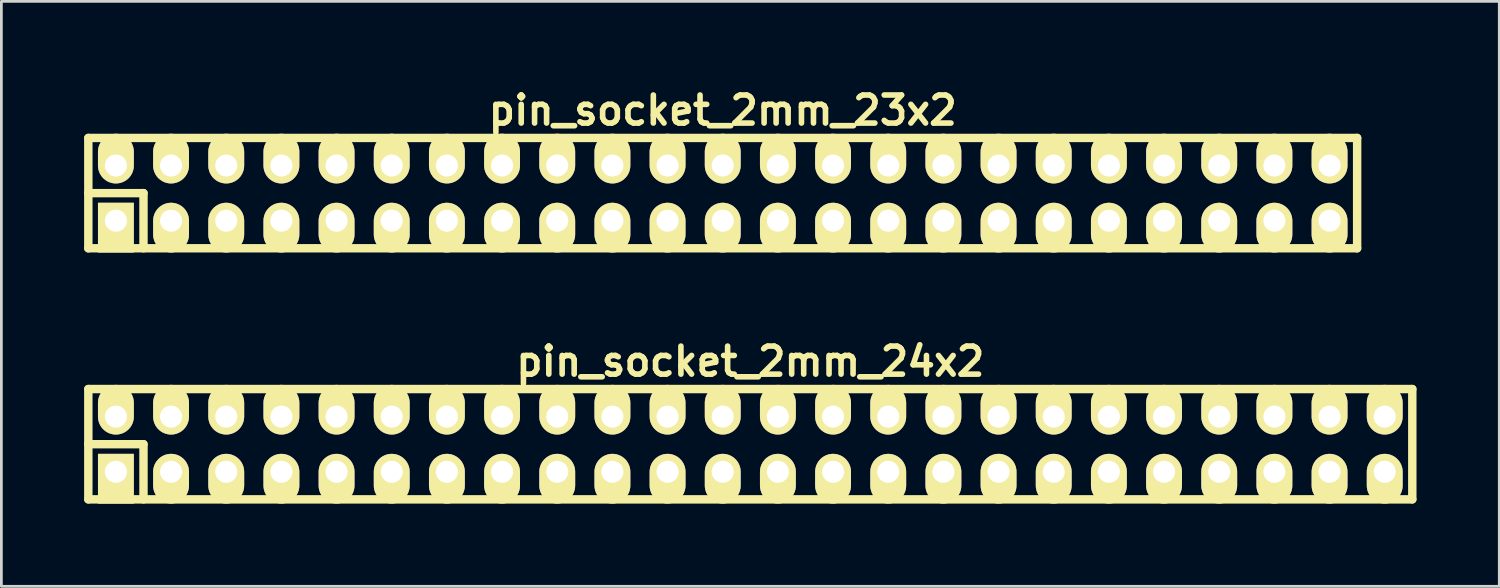
<source format=kicad_pcb>
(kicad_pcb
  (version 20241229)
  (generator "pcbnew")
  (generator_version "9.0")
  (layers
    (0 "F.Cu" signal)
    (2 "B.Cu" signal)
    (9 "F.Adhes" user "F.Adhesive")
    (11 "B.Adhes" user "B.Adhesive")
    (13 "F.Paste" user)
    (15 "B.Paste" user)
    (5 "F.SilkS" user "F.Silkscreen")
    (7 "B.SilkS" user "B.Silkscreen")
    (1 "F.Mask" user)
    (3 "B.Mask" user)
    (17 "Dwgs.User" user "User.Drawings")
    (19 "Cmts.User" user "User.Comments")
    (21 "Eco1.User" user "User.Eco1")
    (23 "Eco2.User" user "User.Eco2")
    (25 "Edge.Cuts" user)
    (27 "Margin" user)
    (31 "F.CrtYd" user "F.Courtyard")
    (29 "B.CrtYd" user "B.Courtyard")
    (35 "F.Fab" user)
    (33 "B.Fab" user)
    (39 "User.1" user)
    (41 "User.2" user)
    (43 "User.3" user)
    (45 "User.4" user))
  (footprint "pin_socket_2mm_23x2"
    (layer "F.Cu")
    (at 23.152 3.951)
    (property "Reference" "pin_socket_2mm_23x2" (at 0 -3 0) (layer "F.SilkS") (effects (font (size 1.016 1.016) (thickness 0.203))))
    (attr through_hole)
    (fp_line (start -23 -2) (end 23 -2) (stroke (width 0.305) (type solid)) (layer "F.SilkS"))
    (fp_line (start -23 0) (end -21 0) (stroke (width 0.305) (type solid)) (layer "F.SilkS"))
    (fp_line (start -23 2) (end -23 -2) (stroke (width 0.305) (type solid)) (layer "F.SilkS"))
    (fp_line (start -21 0) (end -21 2) (stroke (width 0.305) (type solid)) (layer "F.SilkS"))
    (fp_line (start 23 -2) (end 23 2) (stroke (width 0.305) (type solid)) (layer "F.SilkS"))
    (fp_line (start 23 2) (end -23 2) (stroke (width 0.305) (type solid)) (layer "F.SilkS"))
    (pad "1" thru_hole rect (at -22 1) (size 1.3 1.8) (drill 0.8 (offset 0 0.25)) (layers "*.Cu" "*.Mask" "F.SilkS"))
    (pad "2" thru_hole oval (at -22 -1) (size 1.3 1.8) (drill 0.8 (offset 0 -0.25)) (layers "*.Cu" "*.Mask" "F.SilkS"))
    (pad "3" thru_hole oval (at -20 1) (size 1.3 1.8) (drill 0.8 (offset 0 0.25)) (layers "*.Cu" "*.Mask" "F.SilkS"))
    (pad "4" thru_hole oval (at -20 -1) (size 1.3 1.8) (drill 0.8 (offset 0 -0.25)) (layers "*.Cu" "*.Mask" "F.SilkS"))
    (pad "5" thru_hole oval (at -18 1) (size 1.3 1.8) (drill 0.8 (offset 0 0.25)) (layers "*.Cu" "*.Mask" "F.SilkS"))
    (pad "6" thru_hole oval (at -18 -1) (size 1.3 1.8) (drill 0.8 (offset 0 -0.25)) (layers "*.Cu" "*.Mask" "F.SilkS"))
    (pad "7" thru_hole oval (at -16 1) (size 1.3 1.8) (drill 0.8 (offset 0 0.25)) (layers "*.Cu" "*.Mask" "F.SilkS"))
    (pad "8" thru_hole oval (at -16 -1) (size 1.3 1.8) (drill 0.8 (offset 0 -0.25)) (layers "*.Cu" "*.Mask" "F.SilkS"))
    (pad "9" thru_hole oval (at -14 1) (size 1.3 1.8) (drill 0.8 (offset 0 0.25)) (layers "*.Cu" "*.Mask" "F.SilkS"))
    (pad "10" thru_hole oval (at -14 -1) (size 1.3 1.8) (drill 0.8 (offset 0 -0.25)) (layers "*.Cu" "*.Mask" "F.SilkS"))
    (pad "11" thru_hole oval (at -12 1) (size 1.3 1.8) (drill 0.8 (offset 0 0.25)) (layers "*.Cu" "*.Mask" "F.SilkS"))
    (pad "12" thru_hole oval (at -12 -1) (size 1.3 1.8) (drill 0.8 (offset 0 -0.25)) (layers "*.Cu" "*.Mask" "F.SilkS"))
    (pad "13" thru_hole oval (at -10 1) (size 1.3 1.8) (drill 0.8 (offset 0 0.25)) (layers "*.Cu" "*.Mask" "F.SilkS"))
    (pad "14" thru_hole oval (at -10 -1) (size 1.3 1.8) (drill 0.8 (offset 0 -0.25)) (layers "*.Cu" "*.Mask" "F.SilkS"))
    (pad "15" thru_hole oval (at -8 1) (size 1.3 1.8) (drill 0.8 (offset 0 0.25)) (layers "*.Cu" "*.Mask" "F.SilkS"))
    (pad "16" thru_hole oval (at -8 -1) (size 1.3 1.8) (drill 0.8 (offset 0 -0.25)) (layers "*.Cu" "*.Mask" "F.SilkS"))
    (pad "17" thru_hole oval (at -6 1) (size 1.3 1.8) (drill 0.8 (offset 0 0.25)) (layers "*.Cu" "*.Mask" "F.SilkS"))
    (pad "18" thru_hole oval (at -6 -1) (size 1.3 1.8) (drill 0.8 (offset 0 -0.25)) (layers "*.Cu" "*.Mask" "F.SilkS"))
    (pad "19" thru_hole oval (at -4 1) (size 1.3 1.8) (drill 0.8 (offset 0 0.25)) (layers "*.Cu" "*.Mask" "F.SilkS"))
    (pad "20" thru_hole oval (at -4 -1) (size 1.3 1.8) (drill 0.8 (offset 0 -0.25)) (layers "*.Cu" "*.Mask" "F.SilkS"))
    (pad "21" thru_hole oval (at -2 1) (size 1.3 1.8) (drill 0.8 (offset 0 0.25)) (layers "*.Cu" "*.Mask" "F.SilkS"))
    (pad "22" thru_hole oval (at -2 -1) (size 1.3 1.8) (drill 0.8 (offset 0 -0.25)) (layers "*.Cu" "*.Mask" "F.SilkS"))
    (pad "23" thru_hole oval (at 0 1) (size 1.3 1.8) (drill 0.8 (offset 0 0.25)) (layers "*.Cu" "*.Mask" "F.SilkS"))
    (pad "24" thru_hole oval (at 0 -1) (size 1.3 1.8) (drill 0.8 (offset 0 -0.25)) (layers "*.Cu" "*.Mask" "F.SilkS"))
    (pad "25" thru_hole oval (at 2 1) (size 1.3 1.8) (drill 0.8 (offset 0 0.25)) (layers "*.Cu" "*.Mask" "F.SilkS"))
    (pad "26" thru_hole oval (at 2 -1) (size 1.3 1.8) (drill 0.8 (offset 0 -0.25)) (layers "*.Cu" "*.Mask" "F.SilkS"))
    (pad "27" thru_hole oval (at 4 1) (size 1.3 1.8) (drill 0.8 (offset 0 0.25)) (layers "*.Cu" "*.Mask" "F.SilkS"))
    (pad "28" thru_hole oval (at 4 -1) (size 1.3 1.8) (drill 0.8 (offset 0 -0.25)) (layers "*.Cu" "*.Mask" "F.SilkS"))
    (pad "29" thru_hole oval (at 6 1) (size 1.3 1.8) (drill 0.8 (offset 0 0.25)) (layers "*.Cu" "*.Mask" "F.SilkS"))
    (pad "30" thru_hole oval (at 6 -1) (size 1.3 1.8) (drill 0.8 (offset 0 -0.25)) (layers "*.Cu" "*.Mask" "F.SilkS"))
    (pad "31" thru_hole oval (at 8 1) (size 1.3 1.8) (drill 0.8 (offset 0 0.25)) (layers "*.Cu" "*.Mask" "F.SilkS"))
    (pad "32" thru_hole oval (at 8 -1) (size 1.3 1.8) (drill 0.8 (offset 0 -0.25)) (layers "*.Cu" "*.Mask" "F.SilkS"))
    (pad "33" thru_hole oval (at 10 1) (size 1.3 1.8) (drill 0.8 (offset 0 0.25)) (layers "*.Cu" "*.Mask" "F.SilkS"))
    (pad "34" thru_hole oval (at 10 -1) (size 1.3 1.8) (drill 0.8 (offset 0 -0.25)) (layers "*.Cu" "*.Mask" "F.SilkS"))
    (pad "35" thru_hole oval (at 12 1) (size 1.3 1.8) (drill 0.8 (offset 0 0.25)) (layers "*.Cu" "*.Mask" "F.SilkS"))
    (pad "36" thru_hole oval (at 12 -1) (size 1.3 1.8) (drill 0.8 (offset 0 -0.25)) (layers "*.Cu" "*.Mask" "F.SilkS"))
    (pad "37" thru_hole oval (at 14 1) (size 1.3 1.8) (drill 0.8 (offset 0 0.25)) (layers "*.Cu" "*.Mask" "F.SilkS"))
    (pad "38" thru_hole oval (at 14 -1) (size 1.3 1.8) (drill 0.8 (offset 0 -0.25)) (layers "*.Cu" "*.Mask" "F.SilkS"))
    (pad "39" thru_hole oval (at 16 1) (size 1.3 1.8) (drill 0.8 (offset 0 0.25)) (layers "*.Cu" "*.Mask" "F.SilkS"))
    (pad "40" thru_hole oval (at 16 -1) (size 1.3 1.8) (drill 0.8 (offset 0 -0.25)) (layers "*.Cu" "*.Mask" "F.SilkS"))
    (pad "41" thru_hole oval (at 18 1) (size 1.3 1.8) (drill 0.8 (offset 0 0.25)) (layers "*.Cu" "*.Mask" "F.SilkS"))
    (pad "42" thru_hole oval (at 18 -1) (size 1.3 1.8) (drill 0.8 (offset 0 -0.25)) (layers "*.Cu" "*.Mask" "F.SilkS"))
    (pad "43" thru_hole oval (at 20 1) (size 1.3 1.8) (drill 0.8 (offset 0 0.25)) (layers "*.Cu" "*.Mask" "F.SilkS"))
    (pad "44" thru_hole oval (at 20 -1) (size 1.3 1.8) (drill 0.8 (offset 0 -0.25)) (layers "*.Cu" "*.Mask" "F.SilkS"))
    (pad "45" thru_hole oval (at 22 1) (size 1.3 1.8) (drill 0.8 (offset 0 0.25)) (layers "*.Cu" "*.Mask" "F.SilkS"))
    (pad "46" thru_hole oval (at 22 -1) (size 1.3 1.8) (drill 0.8 (offset 0 -0.25)) (layers "*.Cu" "*.Mask" "F.SilkS")))
  (footprint "pin_socket_2mm_24x2"
    (layer "F.Cu")
    (at 24.152 13.054)
    (property "Reference" "pin_socket_2mm_24x2" (at 0 -3 0) (layer "F.SilkS") (effects (font (size 1.016 1.016) (thickness 0.203))))
    (attr through_hole)
    (fp_line (start -24 -2) (end 24 -2) (stroke (width 0.305) (type solid)) (layer "F.SilkS"))
    (fp_line (start -24 0) (end -22 0) (stroke (width 0.305) (type solid)) (layer "F.SilkS"))
    (fp_line (start -24 2) (end -24 -2) (stroke (width 0.305) (type solid)) (layer "F.SilkS"))
    (fp_line (start -22 0) (end -22 2) (stroke (width 0.305) (type solid)) (layer "F.SilkS"))
    (fp_line (start 24 -2) (end 24 2) (stroke (width 0.305) (type solid)) (layer "F.SilkS"))
    (fp_line (start 24 2) (end -24 2) (stroke (width 0.305) (type solid)) (layer "F.SilkS"))
    (pad "1" thru_hole rect (at -23 1) (size 1.3 1.8) (drill 0.8 (offset 0 0.25)) (layers "*.Cu" "*.Mask" "F.SilkS"))
    (pad "2" thru_hole oval (at -23 -1) (size 1.3 1.8) (drill 0.8 (offset 0 -0.25)) (layers "*.Cu" "*.Mask" "F.SilkS"))
    (pad "3" thru_hole oval (at -21 1) (size 1.3 1.8) (drill 0.8 (offset 0 0.25)) (layers "*.Cu" "*.Mask" "F.SilkS"))
    (pad "4" thru_hole oval (at -21 -1) (size 1.3 1.8) (drill 0.8 (offset 0 -0.25)) (layers "*.Cu" "*.Mask" "F.SilkS"))
    (pad "5" thru_hole oval (at -19 1) (size 1.3 1.8) (drill 0.8 (offset 0 0.25)) (layers "*.Cu" "*.Mask" "F.SilkS"))
    (pad "6" thru_hole oval (at -19 -1) (size 1.3 1.8) (drill 0.8 (offset 0 -0.25)) (layers "*.Cu" "*.Mask" "F.SilkS"))
    (pad "7" thru_hole oval (at -17 1) (size 1.3 1.8) (drill 0.8 (offset 0 0.25)) (layers "*.Cu" "*.Mask" "F.SilkS"))
    (pad "8" thru_hole oval (at -17 -1) (size 1.3 1.8) (drill 0.8 (offset 0 -0.25)) (layers "*.Cu" "*.Mask" "F.SilkS"))
    (pad "9" thru_hole oval (at -15 1) (size 1.3 1.8) (drill 0.8 (offset 0 0.25)) (layers "*.Cu" "*.Mask" "F.SilkS"))
    (pad "10" thru_hole oval (at -15 -1) (size 1.3 1.8) (drill 0.8 (offset 0 -0.25)) (layers "*.Cu" "*.Mask" "F.SilkS"))
    (pad "11" thru_hole oval (at -13 1) (size 1.3 1.8) (drill 0.8 (offset 0 0.25)) (layers "*.Cu" "*.Mask" "F.SilkS"))
    (pad "12" thru_hole oval (at -13 -1) (size 1.3 1.8) (drill 0.8 (offset 0 -0.25)) (layers "*.Cu" "*.Mask" "F.SilkS"))
    (pad "13" thru_hole oval (at -11 1) (size 1.3 1.8) (drill 0.8 (offset 0 0.25)) (layers "*.Cu" "*.Mask" "F.SilkS"))
    (pad "14" thru_hole oval (at -11 -1) (size 1.3 1.8) (drill 0.8 (offset 0 -0.25)) (layers "*.Cu" "*.Mask" "F.SilkS"))
    (pad "15" thru_hole oval (at -9 1) (size 1.3 1.8) (drill 0.8 (offset 0 0.25)) (layers "*.Cu" "*.Mask" "F.SilkS"))
    (pad "16" thru_hole oval (at -9 -1) (size 1.3 1.8) (drill 0.8 (offset 0 -0.25)) (layers "*.Cu" "*.Mask" "F.SilkS"))
    (pad "17" thru_hole oval (at -7 1) (size 1.3 1.8) (drill 0.8 (offset 0 0.25)) (layers "*.Cu" "*.Mask" "F.SilkS"))
    (pad "18" thru_hole oval (at -7 -1) (size 1.3 1.8) (drill 0.8 (offset 0 -0.25)) (layers "*.Cu" "*.Mask" "F.SilkS"))
    (pad "19" thru_hole oval (at -5 1) (size 1.3 1.8) (drill 0.8 (offset 0 0.25)) (layers "*.Cu" "*.Mask" "F.SilkS"))
    (pad "20" thru_hole oval (at -5 -1) (size 1.3 1.8) (drill 0.8 (offset 0 -0.25)) (layers "*.Cu" "*.Mask" "F.SilkS"))
    (pad "21" thru_hole oval (at -3 1) (size 1.3 1.8) (drill 0.8 (offset 0 0.25)) (layers "*.Cu" "*.Mask" "F.SilkS"))
    (pad "22" thru_hole oval (at -3 -1) (size 1.3 1.8) (drill 0.8 (offset 0 -0.25)) (layers "*.Cu" "*.Mask" "F.SilkS"))
    (pad "23" thru_hole oval (at -1 1) (size 1.3 1.8) (drill 0.8 (offset 0 0.25)) (layers "*.Cu" "*.Mask" "F.SilkS"))
    (pad "24" thru_hole oval (at -1 -1) (size 1.3 1.8) (drill 0.8 (offset 0 -0.25)) (layers "*.Cu" "*.Mask" "F.SilkS"))
    (pad "25" thru_hole oval (at 1 1) (size 1.3 1.8) (drill 0.8 (offset 0 0.25)) (layers "*.Cu" "*.Mask" "F.SilkS"))
    (pad "26" thru_hole oval (at 1 -1) (size 1.3 1.8) (drill 0.8 (offset 0 -0.25)) (layers "*.Cu" "*.Mask" "F.SilkS"))
    (pad "27" thru_hole oval (at 3 1) (size 1.3 1.8) (drill 0.8 (offset 0 0.25)) (layers "*.Cu" "*.Mask" "F.SilkS"))
    (pad "28" thru_hole oval (at 3 -1) (size 1.3 1.8) (drill 0.8 (offset 0 -0.25)) (layers "*.Cu" "*.Mask" "F.SilkS"))
    (pad "29" thru_hole oval (at 5 1) (size 1.3 1.8) (drill 0.8 (offset 0 0.25)) (layers "*.Cu" "*.Mask" "F.SilkS"))
    (pad "30" thru_hole oval (at 5 -1) (size 1.3 1.8) (drill 0.8 (offset 0 -0.25)) (layers "*.Cu" "*.Mask" "F.SilkS"))
    (pad "31" thru_hole oval (at 7 1) (size 1.3 1.8) (drill 0.8 (offset 0 0.25)) (layers "*.Cu" "*.Mask" "F.SilkS"))
    (pad "32" thru_hole oval (at 7 -1) (size 1.3 1.8) (drill 0.8 (offset 0 -0.25)) (layers "*.Cu" "*.Mask" "F.SilkS"))
    (pad "33" thru_hole oval (at 9 1) (size 1.3 1.8) (drill 0.8 (offset 0 0.25)) (layers "*.Cu" "*.Mask" "F.SilkS"))
    (pad "34" thru_hole oval (at 9 -1) (size 1.3 1.8) (drill 0.8 (offset 0 -0.25)) (layers "*.Cu" "*.Mask" "F.SilkS"))
    (pad "35" thru_hole oval (at 11 1) (size 1.3 1.8) (drill 0.8 (offset 0 0.25)) (layers "*.Cu" "*.Mask" "F.SilkS"))
    (pad "36" thru_hole oval (at 11 -1) (size 1.3 1.8) (drill 0.8 (offset 0 -0.25)) (layers "*.Cu" "*.Mask" "F.SilkS"))
    (pad "37" thru_hole oval (at 13 1) (size 1.3 1.8) (drill 0.8 (offset 0 0.25)) (layers "*.Cu" "*.Mask" "F.SilkS"))
    (pad "38" thru_hole oval (at 13 -1) (size 1.3 1.8) (drill 0.8 (offset 0 -0.25)) (layers "*.Cu" "*.Mask" "F.SilkS"))
    (pad "39" thru_hole oval (at 15 1) (size 1.3 1.8) (drill 0.8 (offset 0 0.25)) (layers "*.Cu" "*.Mask" "F.SilkS"))
    (pad "40" thru_hole oval (at 15 -1) (size 1.3 1.8) (drill 0.8 (offset 0 -0.25)) (layers "*.Cu" "*.Mask" "F.SilkS"))
    (pad "41" thru_hole oval (at 17 1) (size 1.3 1.8) (drill 0.8 (offset 0 0.25)) (layers "*.Cu" "*.Mask" "F.SilkS"))
    (pad "42" thru_hole oval (at 17 -1) (size 1.3 1.8) (drill 0.8 (offset 0 -0.25)) (layers "*.Cu" "*.Mask" "F.SilkS"))
    (pad "43" thru_hole oval (at 19 1) (size 1.3 1.8) (drill 0.8 (offset 0 0.25)) (layers "*.Cu" "*.Mask" "F.SilkS"))
    (pad "44" thru_hole oval (at 19 -1) (size 1.3 1.8) (drill 0.8 (offset 0 -0.25)) (layers "*.Cu" "*.Mask" "F.SilkS"))
    (pad "45" thru_hole oval (at 21 1) (size 1.3 1.8) (drill 0.8 (offset 0 0.25)) (layers "*.Cu" "*.Mask" "F.SilkS"))
    (pad "46" thru_hole oval (at 21 -1) (size 1.3 1.8) (drill 0.8 (offset 0 -0.25)) (layers "*.Cu" "*.Mask" "F.SilkS"))
    (pad "47" thru_hole oval (at 23 1) (size 1.3 1.8) (drill 0.8 (offset 0 0.25)) (layers "*.Cu" "*.Mask" "F.SilkS"))
    (pad "48" thru_hole oval (at 23 -1) (size 1.3 1.8) (drill 0.8 (offset 0 -0.25)) (layers "*.Cu" "*.Mask" "F.SilkS")))
  (gr_rect
    (start -3 -3)
    (end 51.305 18.207)
    (stroke (width 0.1) (type default))
    (fill no)
    (layer "Edge.Cuts")))
</source>
